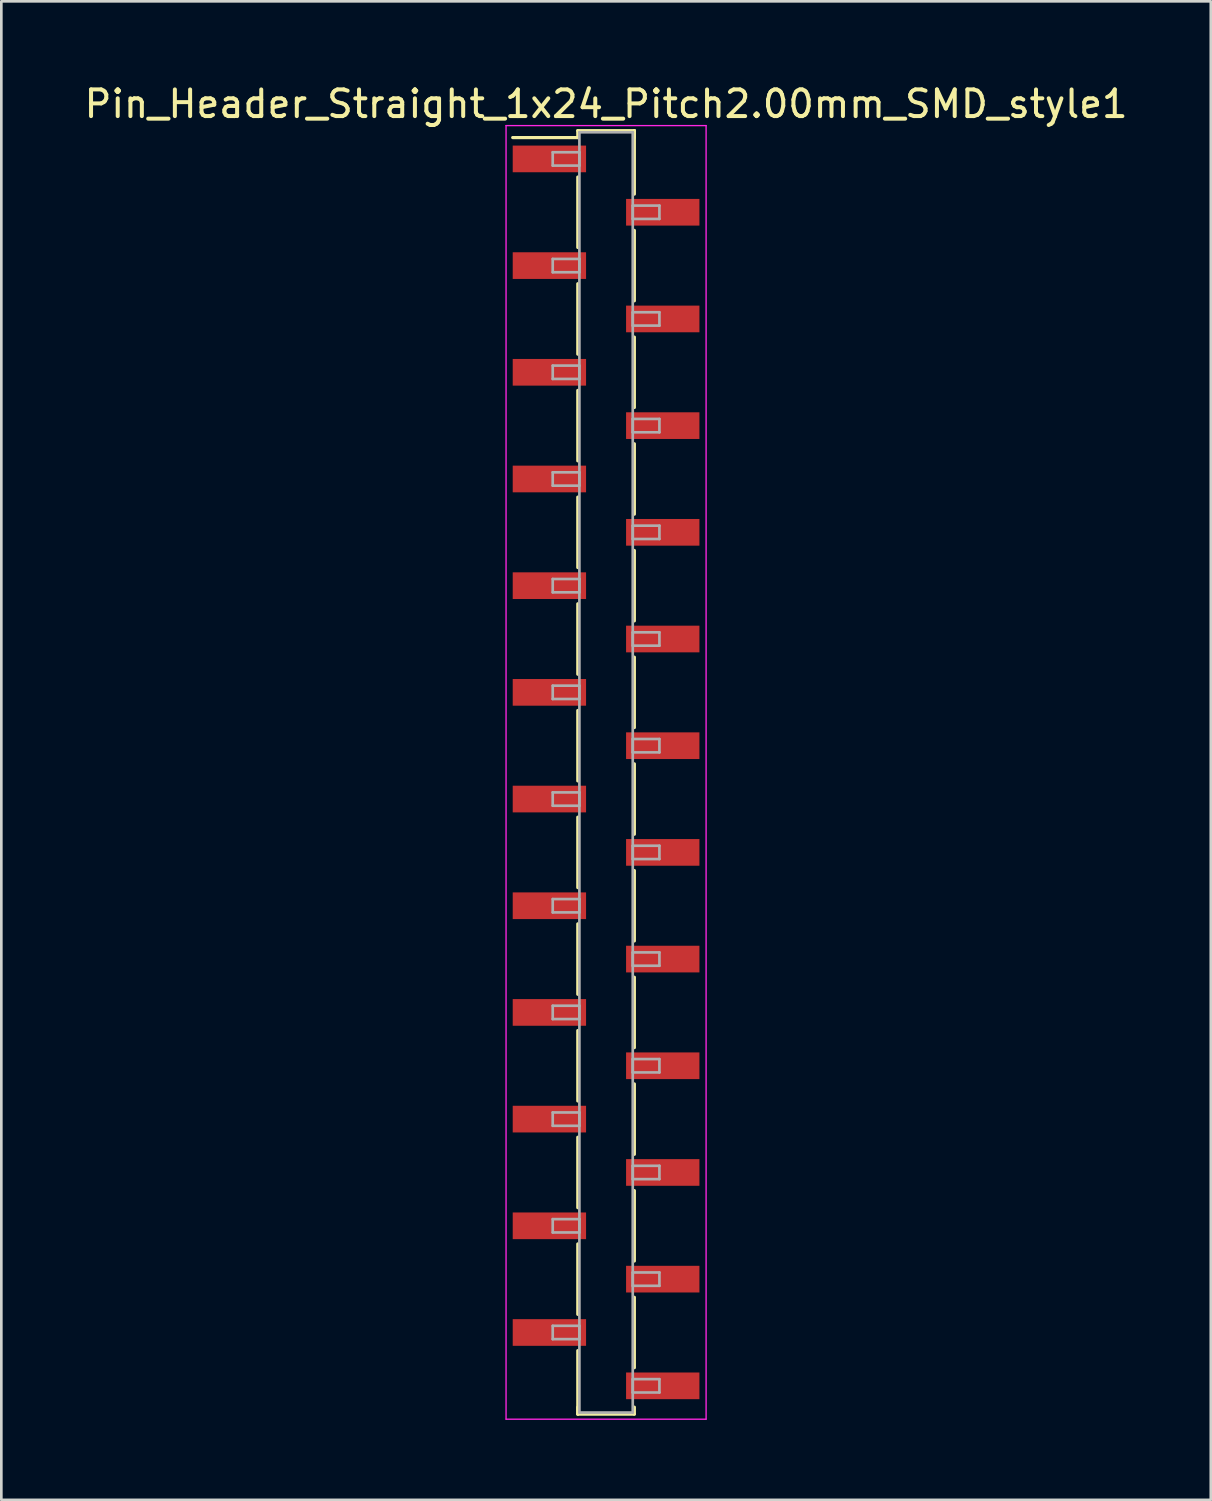
<source format=kicad_pcb>
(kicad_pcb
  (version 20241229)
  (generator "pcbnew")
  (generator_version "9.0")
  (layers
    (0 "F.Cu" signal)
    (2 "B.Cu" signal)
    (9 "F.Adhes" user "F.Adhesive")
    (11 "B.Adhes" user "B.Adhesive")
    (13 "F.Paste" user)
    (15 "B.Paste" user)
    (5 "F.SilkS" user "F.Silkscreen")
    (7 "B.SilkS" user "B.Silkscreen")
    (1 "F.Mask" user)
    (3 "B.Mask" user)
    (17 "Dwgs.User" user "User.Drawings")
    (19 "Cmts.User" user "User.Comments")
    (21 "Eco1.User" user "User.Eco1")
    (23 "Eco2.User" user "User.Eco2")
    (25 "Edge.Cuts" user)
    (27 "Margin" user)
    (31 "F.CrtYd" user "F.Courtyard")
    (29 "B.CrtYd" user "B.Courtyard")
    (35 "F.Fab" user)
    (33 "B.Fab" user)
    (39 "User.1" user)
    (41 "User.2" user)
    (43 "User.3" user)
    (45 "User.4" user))
  (footprint "Pin_Header_Straight_1x24_Pitch2.00mm_SMD_style1"
    (layer "F.Cu")
    (at 19.673 25.908)
    (property "Reference" "Pin_Header_Straight_1x24_Pitch2.00mm_SMD_style1" (at 0 -25.06 0) (layer "F.SilkS") (effects (font (size 1 1) (thickness 0.15))))
    (attr smd)
    (fp_line (start -1.06 -24.06) (end 1.06 -24.06) (stroke (width 0.12) (type solid)) (layer "F.SilkS"))
    (fp_line (start -1.06 -23.8) (end -3.5 -23.8) (stroke (width 0.12) (type solid)) (layer "F.SilkS"))
    (fp_line (start -1.06 -23.8) (end -1.06 -24.06) (stroke (width 0.12) (type solid)) (layer "F.SilkS"))
    (fp_line (start -1.06 -22.32) (end -1.06 -19.68) (stroke (width 0.12) (type solid)) (layer "F.SilkS"))
    (fp_line (start -1.06 -18.32) (end -1.06 -15.68) (stroke (width 0.12) (type solid)) (layer "F.SilkS"))
    (fp_line (start -1.06 -14.32) (end -1.06 -11.68) (stroke (width 0.12) (type solid)) (layer "F.SilkS"))
    (fp_line (start -1.06 -10.32) (end -1.06 -7.68) (stroke (width 0.12) (type solid)) (layer "F.SilkS"))
    (fp_line (start -1.06 -6.32) (end -1.06 -3.68) (stroke (width 0.12) (type solid)) (layer "F.SilkS"))
    (fp_line (start -1.06 -2.32) (end -1.06 0.32) (stroke (width 0.12) (type solid)) (layer "F.SilkS"))
    (fp_line (start -1.06 1.68) (end -1.06 4.32) (stroke (width 0.12) (type solid)) (layer "F.SilkS"))
    (fp_line (start -1.06 5.68) (end -1.06 8.32) (stroke (width 0.12) (type solid)) (layer "F.SilkS"))
    (fp_line (start -1.06 9.68) (end -1.06 12.32) (stroke (width 0.12) (type solid)) (layer "F.SilkS"))
    (fp_line (start -1.06 13.68) (end -1.06 16.32) (stroke (width 0.12) (type solid)) (layer "F.SilkS"))
    (fp_line (start -1.06 17.68) (end -1.06 20.32) (stroke (width 0.12) (type solid)) (layer "F.SilkS"))
    (fp_line (start -1.06 21.68) (end -1.06 24.06) (stroke (width 0.12) (type solid)) (layer "F.SilkS"))
    (fp_line (start -1.06 23.8) (end -1.06 24.06) (stroke (width 0.12) (type solid)) (layer "F.SilkS"))
    (fp_line (start -1.06 24.06) (end 1.06 24.06) (stroke (width 0.12) (type solid)) (layer "F.SilkS"))
    (fp_line (start 1.06 -24.06) (end 1.06 -23.8) (stroke (width 0.12) (type solid)) (layer "F.SilkS"))
    (fp_line (start 1.06 -24.06) (end 1.06 -21.68) (stroke (width 0.12) (type solid)) (layer "F.SilkS"))
    (fp_line (start 1.06 -20.32) (end 1.06 -17.68) (stroke (width 0.12) (type solid)) (layer "F.SilkS"))
    (fp_line (start 1.06 -16.32) (end 1.06 -13.68) (stroke (width 0.12) (type solid)) (layer "F.SilkS"))
    (fp_line (start 1.06 -12.32) (end 1.06 -9.68) (stroke (width 0.12) (type solid)) (layer "F.SilkS"))
    (fp_line (start 1.06 -8.32) (end 1.06 -5.68) (stroke (width 0.12) (type solid)) (layer "F.SilkS"))
    (fp_line (start 1.06 -4.32) (end 1.06 -1.68) (stroke (width 0.12) (type solid)) (layer "F.SilkS"))
    (fp_line (start 1.06 -0.32) (end 1.06 2.32) (stroke (width 0.12) (type solid)) (layer "F.SilkS"))
    (fp_line (start 1.06 3.68) (end 1.06 6.32) (stroke (width 0.12) (type solid)) (layer "F.SilkS"))
    (fp_line (start 1.06 7.68) (end 1.06 10.32) (stroke (width 0.12) (type solid)) (layer "F.SilkS"))
    (fp_line (start 1.06 11.68) (end 1.06 14.32) (stroke (width 0.12) (type solid)) (layer "F.SilkS"))
    (fp_line (start 1.06 15.68) (end 1.06 18.32) (stroke (width 0.12) (type solid)) (layer "F.SilkS"))
    (fp_line (start 1.06 19.68) (end 1.06 22.32) (stroke (width 0.12) (type solid)) (layer "F.SilkS"))
    (fp_line (start 1.06 24.06) (end 1.06 23.8) (stroke (width 0.12) (type solid)) (layer "F.SilkS"))
    (fp_line (start -3.75 -24.25) (end -3.75 24.25) (stroke (width 0.05) (type solid)) (layer "F.CrtYd"))
    (fp_line (start -3.75 24.25) (end 3.75 24.25) (stroke (width 0.05) (type solid)) (layer "F.CrtYd"))
    (fp_line (start 3.75 -24.25) (end -3.75 -24.25) (stroke (width 0.05) (type solid)) (layer "F.CrtYd"))
    (fp_line (start 3.75 24.25) (end 3.75 -24.25) (stroke (width 0.05) (type solid)) (layer "F.CrtYd"))
    (fp_line (start -2 -23.25) (end -1 -23.25) (stroke (width 0.1) (type solid)) (layer "F.Fab"))
    (fp_line (start -2 -22.75) (end -2 -23.25) (stroke (width 0.1) (type solid)) (layer "F.Fab"))
    (fp_line (start -2 -19.25) (end -1 -19.25) (stroke (width 0.1) (type solid)) (layer "F.Fab"))
    (fp_line (start -2 -18.75) (end -2 -19.25) (stroke (width 0.1) (type solid)) (layer "F.Fab"))
    (fp_line (start -2 -15.25) (end -1 -15.25) (stroke (width 0.1) (type solid)) (layer "F.Fab"))
    (fp_line (start -2 -14.75) (end -2 -15.25) (stroke (width 0.1) (type solid)) (layer "F.Fab"))
    (fp_line (start -2 -11.25) (end -1 -11.25) (stroke (width 0.1) (type solid)) (layer "F.Fab"))
    (fp_line (start -2 -10.75) (end -2 -11.25) (stroke (width 0.1) (type solid)) (layer "F.Fab"))
    (fp_line (start -2 -7.25) (end -1 -7.25) (stroke (width 0.1) (type solid)) (layer "F.Fab"))
    (fp_line (start -2 -6.75) (end -2 -7.25) (stroke (width 0.1) (type solid)) (layer "F.Fab"))
    (fp_line (start -2 -3.25) (end -1 -3.25) (stroke (width 0.1) (type solid)) (layer "F.Fab"))
    (fp_line (start -2 -2.75) (end -2 -3.25) (stroke (width 0.1) (type solid)) (layer "F.Fab"))
    (fp_line (start -2 0.75) (end -1 0.75) (stroke (width 0.1) (type solid)) (layer "F.Fab"))
    (fp_line (start -2 1.25) (end -2 0.75) (stroke (width 0.1) (type solid)) (layer "F.Fab"))
    (fp_line (start -2 4.75) (end -1 4.75) (stroke (width 0.1) (type solid)) (layer "F.Fab"))
    (fp_line (start -2 5.25) (end -2 4.75) (stroke (width 0.1) (type solid)) (layer "F.Fab"))
    (fp_line (start -2 8.75) (end -1 8.75) (stroke (width 0.1) (type solid)) (layer "F.Fab"))
    (fp_line (start -2 9.25) (end -2 8.75) (stroke (width 0.1) (type solid)) (layer "F.Fab"))
    (fp_line (start -2 12.75) (end -1 12.75) (stroke (width 0.1) (type solid)) (layer "F.Fab"))
    (fp_line (start -2 13.25) (end -2 12.75) (stroke (width 0.1) (type solid)) (layer "F.Fab"))
    (fp_line (start -2 16.75) (end -1 16.75) (stroke (width 0.1) (type solid)) (layer "F.Fab"))
    (fp_line (start -2 17.25) (end -2 16.75) (stroke (width 0.1) (type solid)) (layer "F.Fab"))
    (fp_line (start -2 20.75) (end -1 20.75) (stroke (width 0.1) (type solid)) (layer "F.Fab"))
    (fp_line (start -2 21.25) (end -2 20.75) (stroke (width 0.1) (type solid)) (layer "F.Fab"))
    (fp_line (start -1 -24) (end -1 24) (stroke (width 0.1) (type solid)) (layer "F.Fab"))
    (fp_line (start -1 -23.25) (end -1 -22.75) (stroke (width 0.1) (type solid)) (layer "F.Fab"))
    (fp_line (start -1 -22.75) (end -2 -22.75) (stroke (width 0.1) (type solid)) (layer "F.Fab"))
    (fp_line (start -1 -19.25) (end -1 -18.75) (stroke (width 0.1) (type solid)) (layer "F.Fab"))
    (fp_line (start -1 -18.75) (end -2 -18.75) (stroke (width 0.1) (type solid)) (layer "F.Fab"))
    (fp_line (start -1 -15.25) (end -1 -14.75) (stroke (width 0.1) (type solid)) (layer "F.Fab"))
    (fp_line (start -1 -14.75) (end -2 -14.75) (stroke (width 0.1) (type solid)) (layer "F.Fab"))
    (fp_line (start -1 -11.25) (end -1 -10.75) (stroke (width 0.1) (type solid)) (layer "F.Fab"))
    (fp_line (start -1 -10.75) (end -2 -10.75) (stroke (width 0.1) (type solid)) (layer "F.Fab"))
    (fp_line (start -1 -7.25) (end -1 -6.75) (stroke (width 0.1) (type solid)) (layer "F.Fab"))
    (fp_line (start -1 -6.75) (end -2 -6.75) (stroke (width 0.1) (type solid)) (layer "F.Fab"))
    (fp_line (start -1 -3.25) (end -1 -2.75) (stroke (width 0.1) (type solid)) (layer "F.Fab"))
    (fp_line (start -1 -2.75) (end -2 -2.75) (stroke (width 0.1) (type solid)) (layer "F.Fab"))
    (fp_line (start -1 0.75) (end -1 1.25) (stroke (width 0.1) (type solid)) (layer "F.Fab"))
    (fp_line (start -1 1.25) (end -2 1.25) (stroke (width 0.1) (type solid)) (layer "F.Fab"))
    (fp_line (start -1 4.75) (end -1 5.25) (stroke (width 0.1) (type solid)) (layer "F.Fab"))
    (fp_line (start -1 5.25) (end -2 5.25) (stroke (width 0.1) (type solid)) (layer "F.Fab"))
    (fp_line (start -1 8.75) (end -1 9.25) (stroke (width 0.1) (type solid)) (layer "F.Fab"))
    (fp_line (start -1 9.25) (end -2 9.25) (stroke (width 0.1) (type solid)) (layer "F.Fab"))
    (fp_line (start -1 12.75) (end -1 13.25) (stroke (width 0.1) (type solid)) (layer "F.Fab"))
    (fp_line (start -1 13.25) (end -2 13.25) (stroke (width 0.1) (type solid)) (layer "F.Fab"))
    (fp_line (start -1 16.75) (end -1 17.25) (stroke (width 0.1) (type solid)) (layer "F.Fab"))
    (fp_line (start -1 17.25) (end -2 17.25) (stroke (width 0.1) (type solid)) (layer "F.Fab"))
    (fp_line (start -1 20.75) (end -1 21.25) (stroke (width 0.1) (type solid)) (layer "F.Fab"))
    (fp_line (start -1 21.25) (end -2 21.25) (stroke (width 0.1) (type solid)) (layer "F.Fab"))
    (fp_line (start -1 24) (end 1 24) (stroke (width 0.1) (type solid)) (layer "F.Fab"))
    (fp_line (start 1 -24) (end -1 -24) (stroke (width 0.1) (type solid)) (layer "F.Fab"))
    (fp_line (start 1 -21.25) (end 1 -20.75) (stroke (width 0.1) (type solid)) (layer "F.Fab"))
    (fp_line (start 1 -20.75) (end 2 -20.75) (stroke (width 0.1) (type solid)) (layer "F.Fab"))
    (fp_line (start 1 -17.25) (end 1 -16.75) (stroke (width 0.1) (type solid)) (layer "F.Fab"))
    (fp_line (start 1 -16.75) (end 2 -16.75) (stroke (width 0.1) (type solid)) (layer "F.Fab"))
    (fp_line (start 1 -13.25) (end 1 -12.75) (stroke (width 0.1) (type solid)) (layer "F.Fab"))
    (fp_line (start 1 -12.75) (end 2 -12.75) (stroke (width 0.1) (type solid)) (layer "F.Fab"))
    (fp_line (start 1 -9.25) (end 1 -8.75) (stroke (width 0.1) (type solid)) (layer "F.Fab"))
    (fp_line (start 1 -8.75) (end 2 -8.75) (stroke (width 0.1) (type solid)) (layer "F.Fab"))
    (fp_line (start 1 -5.25) (end 1 -4.75) (stroke (width 0.1) (type solid)) (layer "F.Fab"))
    (fp_line (start 1 -4.75) (end 2 -4.75) (stroke (width 0.1) (type solid)) (layer "F.Fab"))
    (fp_line (start 1 -1.25) (end 1 -0.75) (stroke (width 0.1) (type solid)) (layer "F.Fab"))
    (fp_line (start 1 -0.75) (end 2 -0.75) (stroke (width 0.1) (type solid)) (layer "F.Fab"))
    (fp_line (start 1 2.75) (end 1 3.25) (stroke (width 0.1) (type solid)) (layer "F.Fab"))
    (fp_line (start 1 3.25) (end 2 3.25) (stroke (width 0.1) (type solid)) (layer "F.Fab"))
    (fp_line (start 1 6.75) (end 1 7.25) (stroke (width 0.1) (type solid)) (layer "F.Fab"))
    (fp_line (start 1 7.25) (end 2 7.25) (stroke (width 0.1) (type solid)) (layer "F.Fab"))
    (fp_line (start 1 10.75) (end 1 11.25) (stroke (width 0.1) (type solid)) (layer "F.Fab"))
    (fp_line (start 1 11.25) (end 2 11.25) (stroke (width 0.1) (type solid)) (layer "F.Fab"))
    (fp_line (start 1 14.75) (end 1 15.25) (stroke (width 0.1) (type solid)) (layer "F.Fab"))
    (fp_line (start 1 15.25) (end 2 15.25) (stroke (width 0.1) (type solid)) (layer "F.Fab"))
    (fp_line (start 1 18.75) (end 1 19.25) (stroke (width 0.1) (type solid)) (layer "F.Fab"))
    (fp_line (start 1 19.25) (end 2 19.25) (stroke (width 0.1) (type solid)) (layer "F.Fab"))
    (fp_line (start 1 22.75) (end 1 23.25) (stroke (width 0.1) (type solid)) (layer "F.Fab"))
    (fp_line (start 1 23.25) (end 2 23.25) (stroke (width 0.1) (type solid)) (layer "F.Fab"))
    (fp_line (start 1 24) (end 1 -24) (stroke (width 0.1) (type solid)) (layer "F.Fab"))
    (fp_line (start 2 -21.25) (end 1 -21.25) (stroke (width 0.1) (type solid)) (layer "F.Fab"))
    (fp_line (start 2 -20.75) (end 2 -21.25) (stroke (width 0.1) (type solid)) (layer "F.Fab"))
    (fp_line (start 2 -17.25) (end 1 -17.25) (stroke (width 0.1) (type solid)) (layer "F.Fab"))
    (fp_line (start 2 -16.75) (end 2 -17.25) (stroke (width 0.1) (type solid)) (layer "F.Fab"))
    (fp_line (start 2 -13.25) (end 1 -13.25) (stroke (width 0.1) (type solid)) (layer "F.Fab"))
    (fp_line (start 2 -12.75) (end 2 -13.25) (stroke (width 0.1) (type solid)) (layer "F.Fab"))
    (fp_line (start 2 -9.25) (end 1 -9.25) (stroke (width 0.1) (type solid)) (layer "F.Fab"))
    (fp_line (start 2 -8.75) (end 2 -9.25) (stroke (width 0.1) (type solid)) (layer "F.Fab"))
    (fp_line (start 2 -5.25) (end 1 -5.25) (stroke (width 0.1) (type solid)) (layer "F.Fab"))
    (fp_line (start 2 -4.75) (end 2 -5.25) (stroke (width 0.1) (type solid)) (layer "F.Fab"))
    (fp_line (start 2 -1.25) (end 1 -1.25) (stroke (width 0.1) (type solid)) (layer "F.Fab"))
    (fp_line (start 2 -0.75) (end 2 -1.25) (stroke (width 0.1) (type solid)) (layer "F.Fab"))
    (fp_line (start 2 2.75) (end 1 2.75) (stroke (width 0.1) (type solid)) (layer "F.Fab"))
    (fp_line (start 2 3.25) (end 2 2.75) (stroke (width 0.1) (type solid)) (layer "F.Fab"))
    (fp_line (start 2 6.75) (end 1 6.75) (stroke (width 0.1) (type solid)) (layer "F.Fab"))
    (fp_line (start 2 7.25) (end 2 6.75) (stroke (width 0.1) (type solid)) (layer "F.Fab"))
    (fp_line (start 2 10.75) (end 1 10.75) (stroke (width 0.1) (type solid)) (layer "F.Fab"))
    (fp_line (start 2 11.25) (end 2 10.75) (stroke (width 0.1) (type solid)) (layer "F.Fab"))
    (fp_line (start 2 14.75) (end 1 14.75) (stroke (width 0.1) (type solid)) (layer "F.Fab"))
    (fp_line (start 2 15.25) (end 2 14.75) (stroke (width 0.1) (type solid)) (layer "F.Fab"))
    (fp_line (start 2 18.75) (end 1 18.75) (stroke (width 0.1) (type solid)) (layer "F.Fab"))
    (fp_line (start 2 19.25) (end 2 18.75) (stroke (width 0.1) (type solid)) (layer "F.Fab"))
    (fp_line (start 2 22.75) (end 1 22.75) (stroke (width 0.1) (type solid)) (layer "F.Fab"))
    (fp_line (start 2 23.25) (end 2 22.75) (stroke (width 0.1) (type solid)) (layer "F.Fab"))
    (pad "1" smd rect (at -2.125 -23) (size 2.75 1) (layers "F.Cu" "F.Mask"))
    (pad "2" smd rect (at 2.125 -21) (size 2.75 1) (layers "F.Cu" "F.Mask"))
    (pad "3" smd rect (at -2.125 -19) (size 2.75 1) (layers "F.Cu" "F.Mask"))
    (pad "4" smd rect (at 2.125 -17) (size 2.75 1) (layers "F.Cu" "F.Mask"))
    (pad "5" smd rect (at -2.125 -15) (size 2.75 1) (layers "F.Cu" "F.Mask"))
    (pad "6" smd rect (at 2.125 -13) (size 2.75 1) (layers "F.Cu" "F.Mask"))
    (pad "7" smd rect (at -2.125 -11) (size 2.75 1) (layers "F.Cu" "F.Mask"))
    (pad "8" smd rect (at 2.125 -9) (size 2.75 1) (layers "F.Cu" "F.Mask"))
    (pad "9" smd rect (at -2.125 -7) (size 2.75 1) (layers "F.Cu" "F.Mask"))
    (pad "10" smd rect (at 2.125 -5) (size 2.75 1) (layers "F.Cu" "F.Mask"))
    (pad "11" smd rect (at -2.125 -3) (size 2.75 1) (layers "F.Cu" "F.Mask"))
    (pad "12" smd rect (at 2.125 -1) (size 2.75 1) (layers "F.Cu" "F.Mask"))
    (pad "13" smd rect (at -2.125 1) (size 2.75 1) (layers "F.Cu" "F.Mask"))
    (pad "14" smd rect (at 2.125 3) (size 2.75 1) (layers "F.Cu" "F.Mask"))
    (pad "15" smd rect (at -2.125 5) (size 2.75 1) (layers "F.Cu" "F.Mask"))
    (pad "16" smd rect (at 2.125 7) (size 2.75 1) (layers "F.Cu" "F.Mask"))
    (pad "17" smd rect (at -2.125 9) (size 2.75 1) (layers "F.Cu" "F.Mask"))
    (pad "18" smd rect (at 2.125 11) (size 2.75 1) (layers "F.Cu" "F.Mask"))
    (pad "19" smd rect (at -2.125 13) (size 2.75 1) (layers "F.Cu" "F.Mask"))
    (pad "20" smd rect (at 2.125 15) (size 2.75 1) (layers "F.Cu" "F.Mask"))
    (pad "21" smd rect (at -2.125 17) (size 2.75 1) (layers "F.Cu" "F.Mask"))
    (pad "22" smd rect (at 2.125 19) (size 2.75 1) (layers "F.Cu" "F.Mask"))
    (pad "23" smd rect (at -2.125 21) (size 2.75 1) (layers "F.Cu" "F.Mask"))
    (pad "24" smd rect (at 2.125 23) (size 2.75 1) (layers "F.Cu" "F.Mask")))
  (gr_rect
    (start -3 -3)
    (end 42.345 53.183)
    (stroke (width 0.1) (type default))
    (fill no)
    (layer "Edge.Cuts")))
</source>
